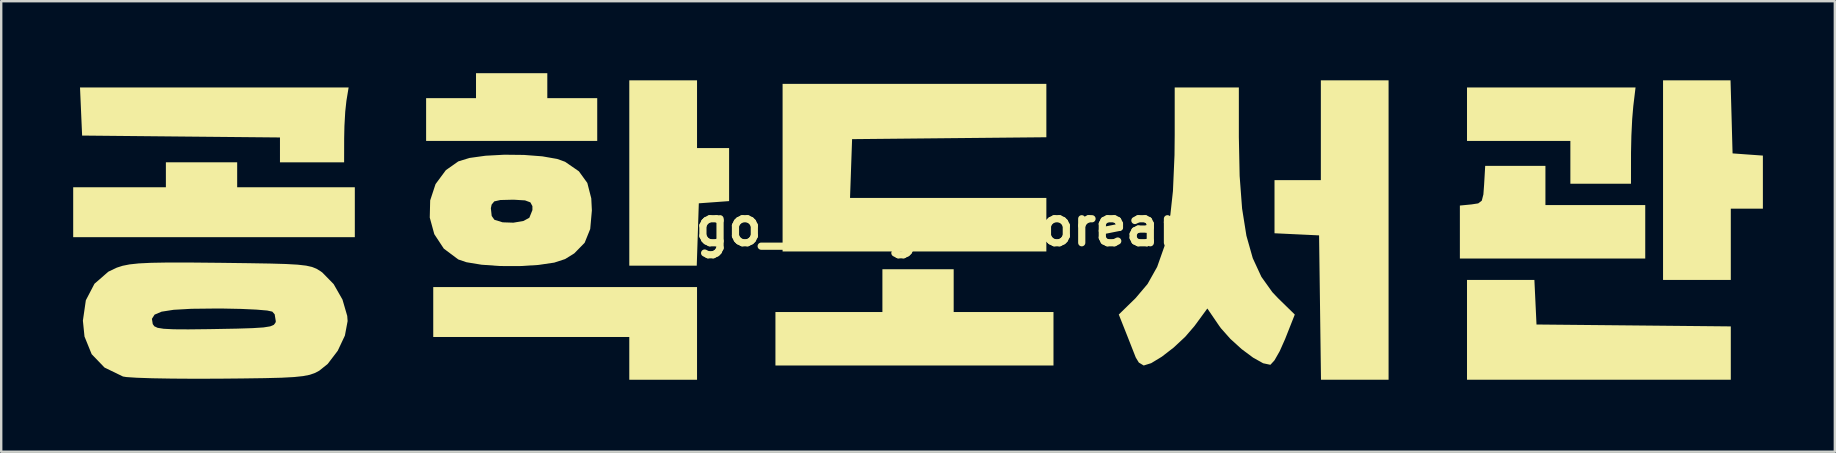
<source format=kicad_pcb>
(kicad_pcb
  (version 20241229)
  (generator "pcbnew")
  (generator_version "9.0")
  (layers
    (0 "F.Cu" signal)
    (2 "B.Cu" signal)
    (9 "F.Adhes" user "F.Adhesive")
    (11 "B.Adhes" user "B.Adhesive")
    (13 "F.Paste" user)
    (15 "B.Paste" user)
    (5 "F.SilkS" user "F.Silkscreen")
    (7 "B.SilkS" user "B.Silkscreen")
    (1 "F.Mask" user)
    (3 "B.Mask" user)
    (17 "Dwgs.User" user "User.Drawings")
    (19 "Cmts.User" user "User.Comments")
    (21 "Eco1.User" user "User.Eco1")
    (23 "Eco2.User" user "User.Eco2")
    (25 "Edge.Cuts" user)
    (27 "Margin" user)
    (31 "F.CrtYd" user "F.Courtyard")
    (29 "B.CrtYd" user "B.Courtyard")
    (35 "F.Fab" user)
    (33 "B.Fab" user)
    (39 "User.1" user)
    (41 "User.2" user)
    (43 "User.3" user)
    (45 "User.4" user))
  (footprint "logo_dongdo_korean"
    (layer "F.Cu")
    (at 35.204 6.387)
    (property "Reference" "logo_dongdo_korean" (at 0 0 0) (layer "F.SilkS") (effects (font (size 1.5 1.5) (thickness 0.3))))
    (attr board_only exclude_from_pos_files exclude_from_bom)
    (fp_poly (pts (xy -9.209 4.456) (xy -9.209 6.387) (xy -10.62 6.387) (xy -12.032 6.387) (xy -12.032 5.496) (xy -12.032 4.605) (xy -16.116 4.605) (xy -20.201 4.605) (xy -20.201 3.565) (xy -20.201 2.525) (xy -14.705 2.525) (xy -9.209 2.525)) (stroke (width 0) (type solid)) (fill yes) (layer "F.SilkS"))
    (fp_poly (pts (xy 25.727 3.156) (xy 25.771 4.085) (xy 29.819 4.124) (xy 33.867 4.164) (xy 33.867 5.275) (xy 33.867 6.387) (xy 28.371 6.387) (xy 22.875 6.387) (xy 22.875 4.308) (xy 22.875 2.228) (xy 24.279 2.228) (xy 25.683 2.228)) (stroke (width 0) (type solid)) (fill yes) (layer "F.SilkS"))
    (fp_poly (pts (xy -23.819 -5.236) (xy -23.868 -4.786) (xy -23.902 -4.185) (xy -23.913 -3.676) (xy -23.915 -2.674) (xy -25.251 -2.674) (xy -26.588 -2.674) (xy -26.588 -3.191) (xy -26.588 -3.709) (xy -30.71 -3.748) (xy -34.832 -3.788) (xy -34.876 -4.79) (xy -34.92 -5.793) (xy -29.324 -5.793) (xy -23.727 -5.793)) (stroke (width 0) (type solid)) (fill yes) (layer "F.SilkS"))
    (fp_poly (pts (xy -28.371 -2.154) (xy -28.371 -1.634) (xy -25.92 -1.634) (xy -23.469 -1.634) (xy -23.469 -0.594) (xy -23.469 0.446) (xy -29.336 0.446) (xy -35.204 0.446) (xy -35.204 -0.594) (xy -35.204 -1.634) (xy -33.273 -1.634) (xy -31.342 -1.634) (xy -31.342 -2.154) (xy -31.342 -2.674) (xy -29.856 -2.674) (xy -28.371 -2.674)) (stroke (width 0) (type solid)) (fill yes) (layer "F.SilkS"))
    (fp_poly (pts (xy -15.448 -5.867) (xy -15.448 -5.347) (xy -14.408 -5.347) (xy -13.368 -5.347) (xy -13.368 -4.456) (xy -13.368 -3.565) (xy -16.933 -3.565) (xy -20.498 -3.565) (xy -20.498 -4.456) (xy -20.498 -5.347) (xy -19.458 -5.347) (xy -18.419 -5.347) (xy -18.419 -5.867) (xy -18.419 -6.387) (xy -16.933 -6.387) (xy -15.448 -6.387)) (stroke (width 0) (type solid)) (fill yes) (layer "F.SilkS"))
    (fp_poly (pts (xy -9.209 -4.679) (xy -9.209 -3.268) (xy -8.541 -3.268) (xy -7.873 -3.268) (xy -7.873 -2.162) (xy -7.873 -1.057) (xy -8.504 -1.011) (xy -9.135 -0.965) (xy -9.178 0.334) (xy -9.221 1.634) (xy -10.626 1.634) (xy -12.032 1.634) (xy -12.032 -2.228) (xy -12.032 -6.09) (xy -10.62 -6.09) (xy -9.209 -6.09)) (stroke (width 0) (type solid)) (fill yes) (layer "F.SilkS"))
    (fp_poly (pts (xy 1.485 2.674) (xy 1.485 3.565) (xy 3.565 3.565) (xy 5.644 3.565) (xy 5.644 4.679) (xy 5.644 5.793) (xy -0.149 5.793) (xy -5.942 5.793) (xy -5.942 4.679) (xy -5.942 3.565) (xy -3.713 3.565) (xy -1.485 3.565) (xy -1.485 2.674) (xy -1.485 1.782) (xy 0 1.782) (xy 1.485 1.782)) (stroke (width 0) (type solid)) (fill yes) (layer "F.SilkS"))
    (fp_poly (pts (xy 5.347 -4.83) (xy 5.347 -3.718) (xy 1.3 -3.679) (xy -2.748 -3.639) (xy -2.791 -2.414) (xy -2.834 -1.188) (xy 1.257 -1.188) (xy 5.347 -1.188) (xy 5.347 -0.074) (xy 5.347 1.04) (xy -0.149 1.04) (xy -5.644 1.04) (xy -5.644 -2.451) (xy -5.644 -5.942) (xy -0.149 -5.942) (xy 5.347 -5.942)) (stroke (width 0) (type solid)) (fill yes) (layer "F.SilkS"))
    (fp_poly (pts (xy 19.607 0.149) (xy 19.607 6.387) (xy 18.199 6.387) (xy 16.791 6.387) (xy 16.751 3.379) (xy 16.711 0.371) (xy 15.782 0.327) (xy 14.854 0.283) (xy 14.854 -0.824) (xy 14.854 -1.931) (xy 15.819 -1.931) (xy 16.785 -1.931) (xy 16.785 -4.011) (xy 16.785 -6.09) (xy 18.196 -6.09) (xy 19.607 -6.09)) (stroke (width 0) (type solid)) (fill yes) (layer "F.SilkS"))
    (fp_poly (pts (xy 29.804 -5.013) (xy 29.758 -4.472) (xy 29.724 -3.777) (xy 29.709 -3.069) (xy 29.709 -3.008) (xy 29.708 -1.782) (xy 28.445 -1.782) (xy 27.182 -1.782) (xy 27.182 -2.674) (xy 27.182 -3.565) (xy 25.029 -3.565) (xy 22.875 -3.565) (xy 22.875 -4.679) (xy 22.875 -5.793) (xy 26.386 -5.793) (xy 29.898 -5.793)) (stroke (width 0) (type solid)) (fill yes) (layer "F.SilkS"))
    (fp_poly (pts (xy 33.899 -4.568) (xy 33.941 -3.045) (xy 34.572 -2.999) (xy 35.204 -2.954) (xy 35.204 -1.848) (xy 35.204 -0.743) (xy 34.535 -0.743) (xy 33.867 -0.743) (xy 33.867 0.743) (xy 33.867 2.228) (xy 32.456 2.228) (xy 31.044 2.228) (xy 31.044 -1.931) (xy 31.044 -6.09) (xy 32.45 -6.09) (xy 33.856 -6.09)) (stroke (width 0) (type solid)) (fill yes) (layer "F.SilkS"))
    (fp_poly (pts (xy 26.143 -1.708) (xy 26.143 -0.891) (xy 28.222 -0.891) (xy 30.302 -0.891) (xy 30.302 0.223) (xy 30.302 1.337) (xy 26.44 1.337) (xy 22.578 1.337) (xy 22.578 0.232) (xy 22.578 -0.872) (xy 23.061 -0.919) (xy 23.342 -0.962) (xy 23.491 -1.075) (xy 23.558 -1.337) (xy 23.588 -1.745) (xy 23.633 -2.525) (xy 24.888 -2.525) (xy 26.143 -2.525)) (stroke (width 0) (type solid)) (fill yes) (layer "F.SilkS"))
    (fp_poly (pts (xy 13.368 -3.724) (xy 13.401 -2.106) (xy 13.503 -0.747) (xy 13.683 0.385) (xy 13.948 1.322) (xy 14.306 2.096) (xy 14.765 2.739) (xy 14.999 2.986) (xy 15.699 3.67) (xy 15.294 4.694) (xy 15.07 5.197) (xy 14.854 5.576) (xy 14.689 5.757) (xy 14.674 5.762) (xy 14.381 5.7) (xy 13.961 5.465) (xy 13.483 5.109) (xy 13.015 4.684) (xy 12.623 4.243) (xy 12.536 4.123) (xy 12.055 3.418) (xy 11.519 4.149) (xy 11.132 4.598) (xy 10.655 5.043) (xy 10.158 5.427) (xy 9.715 5.696) (xy 9.403 5.793) (xy 9.2 5.67) (xy 9.072 5.459) (xy 8.941 5.126) (xy 8.756 4.654) (xy 8.654 4.397) (xy 8.365 3.669) (xy 9.065 2.986) (xy 9.565 2.395) (xy 9.964 1.684) (xy 10.268 0.823) (xy 10.485 -0.22) (xy 10.622 -1.477) (xy 10.687 -2.977) (xy 10.695 -3.821) (xy 10.695 -5.793) (xy 12.032 -5.793) (xy 13.368 -5.793)) (stroke (width 0) (type solid)) (fill yes) (layer "F.SilkS"))
    (fp_poly (pts (xy -16.419 -2.981) (xy -15.658 -2.923) (xy -15.037 -2.814) (xy -14.708 -2.696) (xy -14.132 -2.299) (xy -13.781 -1.814) (xy -13.616 -1.172) (xy -13.591 -0.668) (xy -13.66 0.105) (xy -13.892 0.679) (xy -14.324 1.121) (xy -14.708 1.359) (xy -15.16 1.506) (xy -15.82 1.603) (xy -16.602 1.651) (xy -17.419 1.648) (xy -18.186 1.594) (xy -18.817 1.49) (xy -19.158 1.374) (xy -19.761 0.923) (xy -20.157 0.321) (xy -20.346 -0.37) (xy -20.337 -0.759) (xy -17.8 -0.759) (xy -17.765 -0.437) (xy -17.652 -0.279) (xy -17.31 -0.173) (xy -16.862 -0.158) (xy -16.443 -0.229) (xy -16.197 -0.364) (xy -16.068 -0.684) (xy -16.069 -0.847) (xy -16.154 -1.005) (xy -16.377 -1.087) (xy -16.81 -1.113) (xy -16.935 -1.114) (xy -17.407 -1.102) (xy -17.658 -1.045) (xy -17.768 -0.912) (xy -17.8 -0.759) (xy -20.337 -0.759) (xy -20.329 -1.086) (xy -20.105 -1.766) (xy -19.675 -2.347) (xy -19.158 -2.711) (xy -18.691 -2.855) (xy -18.022 -2.948) (xy -17.236 -2.99)) (stroke (width 0) (type solid)) (fill yes) (layer "F.SilkS"))
    (fp_poly (pts (xy -30.375 1.502) (xy -29.229 1.513) (xy -29.035 1.515) (xy -27.89 1.53) (xy -27.002 1.545) (xy -26.334 1.564) (xy -25.845 1.592) (xy -25.497 1.632) (xy -25.251 1.687) (xy -25.067 1.761) (xy -24.907 1.859) (xy -24.826 1.916) (xy -24.352 2.4) (xy -23.983 3.047) (xy -23.785 3.727) (xy -23.769 3.942) (xy -23.882 4.545) (xy -24.182 5.181) (xy -24.6 5.729) (xy -24.954 6.012) (xy -25.137 6.107) (xy -25.346 6.18) (xy -25.619 6.234) (xy -25.997 6.274) (xy -26.52 6.302) (xy -27.227 6.32) (xy -28.159 6.333) (xy -29.113 6.342) (xy -30.144 6.345) (xy -31.092 6.339) (xy -31.913 6.325) (xy -32.56 6.303) (xy -32.987 6.275) (xy -33.129 6.252) (xy -33.898 5.879) (xy -34.434 5.322) (xy -34.733 4.586) (xy -34.8 3.924) (xy -34.789 3.848) (xy -31.924 3.848) (xy -31.889 4.067) (xy -31.825 4.158) (xy -31.687 4.223) (xy -31.433 4.263) (xy -31.019 4.284) (xy -30.403 4.288) (xy -29.543 4.278) (xy -29.304 4.274) (xy -28.388 4.257) (xy -27.726 4.236) (xy -27.277 4.207) (xy -26.997 4.163) (xy -26.845 4.1) (xy -26.777 4.012) (xy -26.761 3.954) (xy -26.808 3.661) (xy -26.908 3.548) (xy -27.122 3.502) (xy -27.574 3.464) (xy -28.206 3.435) (xy -28.959 3.42) (xy -29.271 3.419) (xy -30.278 3.43) (xy -31.019 3.472) (xy -31.52 3.55) (xy -31.812 3.673) (xy -31.924 3.848) (xy -34.789 3.848) (xy -34.677 3.075) (xy -34.317 2.386) (xy -33.738 1.883) (xy -33.388 1.716) (xy -33.146 1.638) (xy -32.853 1.58) (xy -32.47 1.539) (xy -31.956 1.514) (xy -31.271 1.502)) (stroke (width 0) (type solid)) (fill yes) (layer "F.SilkS")))
  (gr_rect
    (start -3 -3)
    (end 73.407 15.774)
    (stroke (width 0.1) (type default))
    (fill no)
    (layer "Edge.Cuts")))
</source>
